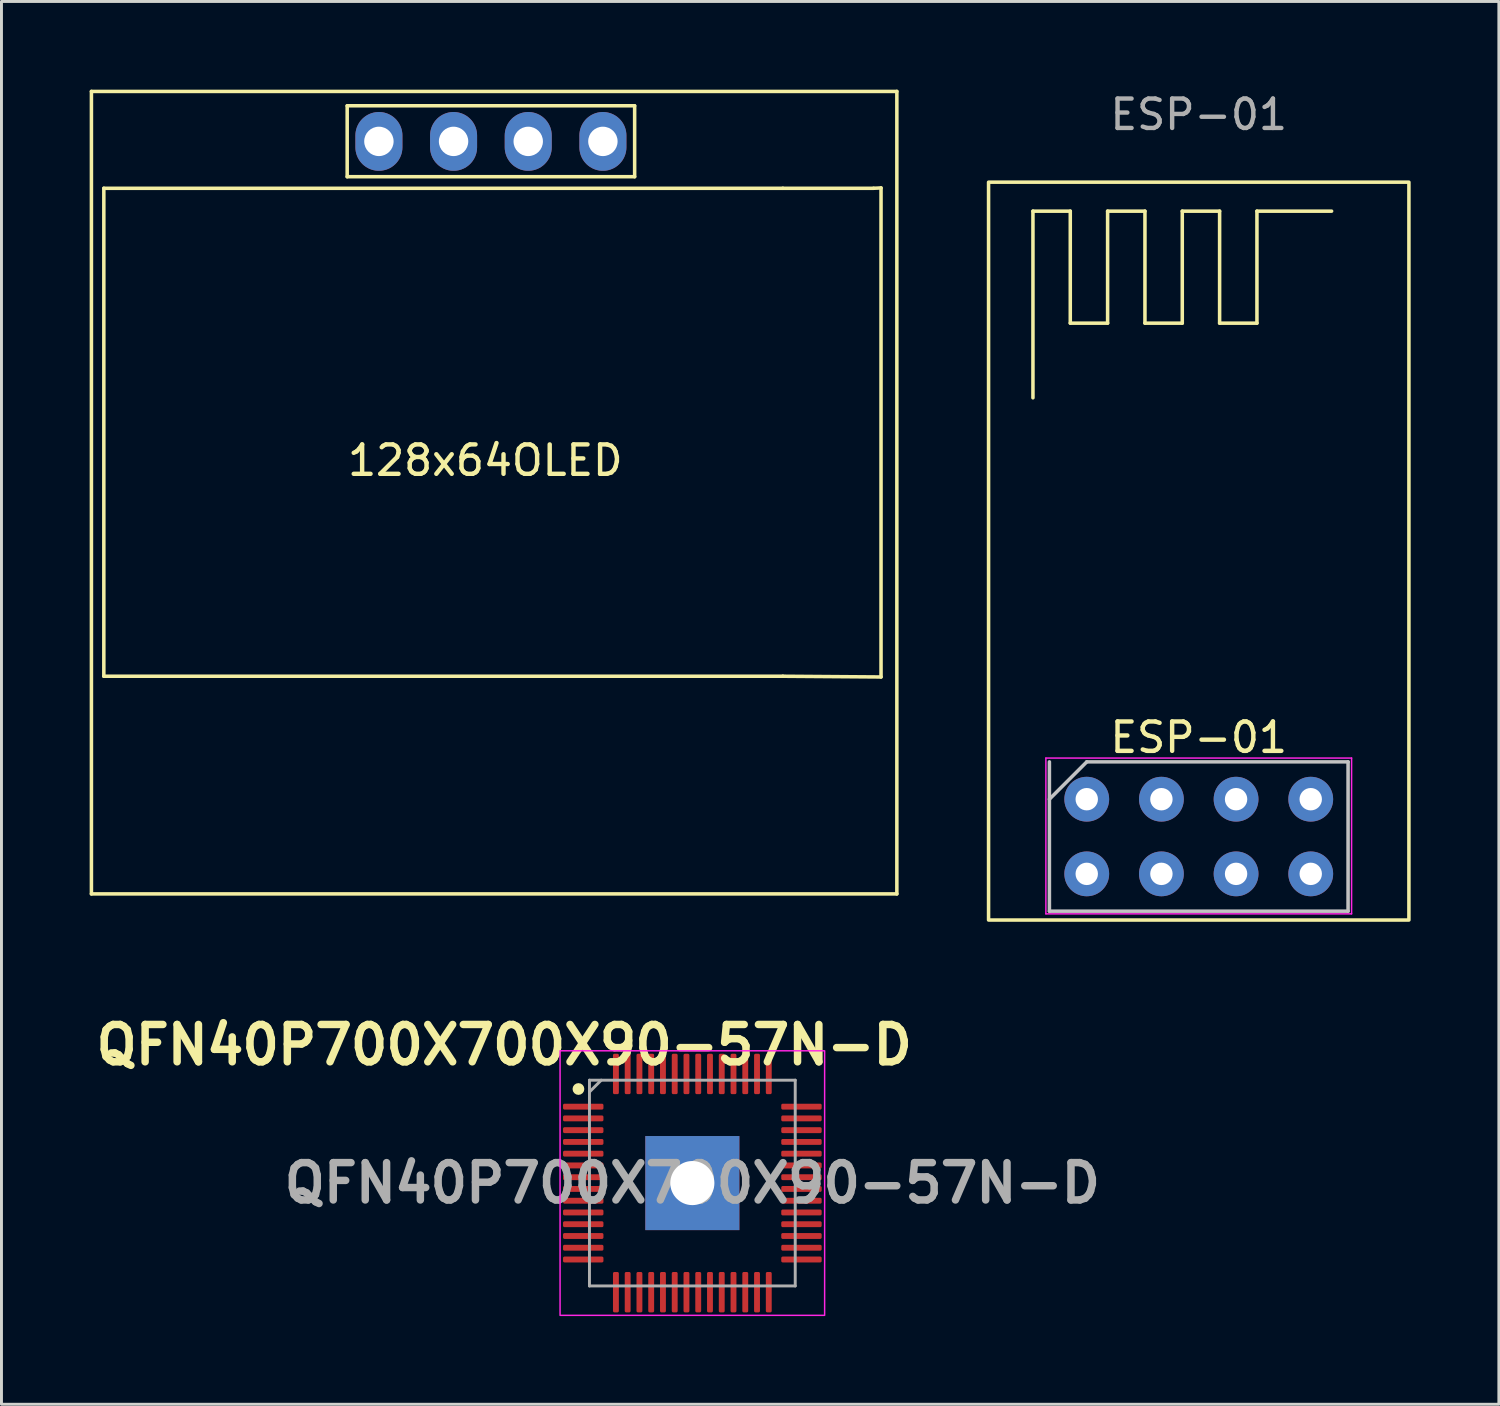
<source format=kicad_pcb>
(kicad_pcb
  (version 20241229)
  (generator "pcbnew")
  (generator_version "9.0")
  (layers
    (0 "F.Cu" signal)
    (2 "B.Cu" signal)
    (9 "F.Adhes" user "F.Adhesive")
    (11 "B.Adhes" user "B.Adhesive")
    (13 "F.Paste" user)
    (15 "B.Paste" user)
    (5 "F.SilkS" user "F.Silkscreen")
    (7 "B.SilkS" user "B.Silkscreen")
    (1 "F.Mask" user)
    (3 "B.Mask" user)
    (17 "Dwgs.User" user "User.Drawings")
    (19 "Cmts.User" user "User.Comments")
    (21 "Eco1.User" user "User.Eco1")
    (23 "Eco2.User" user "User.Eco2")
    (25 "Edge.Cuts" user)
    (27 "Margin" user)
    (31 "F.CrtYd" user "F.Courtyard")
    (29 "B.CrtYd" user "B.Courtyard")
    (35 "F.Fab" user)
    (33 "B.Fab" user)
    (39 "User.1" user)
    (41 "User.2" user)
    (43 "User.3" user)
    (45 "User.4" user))
  (footprint "ESP-01"
    (layer "F.Cu")
    (at 37.73 24.138)
    (property "Reference" "ESP-01" (at 0 -2.1 0) (unlocked yes) (layer "F.SilkS") (effects (font (size 1 1) (thickness 0.15))))
    (attr through_hole)
    (fp_line (start -5.64 -20.005) (end -4.37 -20.005) (stroke (width 0.12) (type solid)) (layer "F.SilkS"))
    (fp_line (start -5.64 -13.655) (end -5.64 -20.005) (stroke (width 0.12) (type solid)) (layer "F.SilkS"))
    (fp_line (start -4.37 -20.005) (end -4.37 -16.195) (stroke (width 0.12) (type solid)) (layer "F.SilkS"))
    (fp_line (start -4.37 -16.195) (end -3.1 -16.195) (stroke (width 0.12) (type solid)) (layer "F.SilkS"))
    (fp_line (start -3.1 -20.005) (end -1.83 -20.005) (stroke (width 0.12) (type solid)) (layer "F.SilkS"))
    (fp_line (start -3.1 -16.195) (end -3.1 -20.005) (stroke (width 0.12) (type solid)) (layer "F.SilkS"))
    (fp_line (start -1.83 -20.005) (end -1.83 -16.195) (stroke (width 0.12) (type solid)) (layer "F.SilkS"))
    (fp_line (start -1.83 -16.195) (end -0.56 -16.195) (stroke (width 0.12) (type solid)) (layer "F.SilkS"))
    (fp_line (start -0.56 -20.005) (end 0.71 -20.005) (stroke (width 0.12) (type solid)) (layer "F.SilkS"))
    (fp_line (start -0.56 -16.195) (end -0.56 -20.005) (stroke (width 0.12) (type solid)) (layer "F.SilkS"))
    (fp_line (start 0.71 -20.005) (end 0.71 -16.195) (stroke (width 0.12) (type solid)) (layer "F.SilkS"))
    (fp_line (start 0.71 -16.195) (end 1.98 -16.195) (stroke (width 0.12) (type solid)) (layer "F.SilkS"))
    (fp_line (start 1.98 -20.005) (end 4.52 -20.005) (stroke (width 0.12) (type solid)) (layer "F.SilkS"))
    (fp_line (start 1.98 -16.195) (end 1.98 -20.005) (stroke (width 0.12) (type solid)) (layer "F.SilkS"))
    (fp_rect (start -7.15 -20.99) (end 7.15 4.11) (stroke (width 0.12) (type solid)) (fill no) (layer "F.SilkS"))
    (fp_line (start -5.08 -1.27) (end -5.08 3.81) (stroke (width 0.12) (type solid)) (layer "Dwgs.User"))
    (fp_line (start -5.08 3.81) (end 5.08 3.81) (stroke (width 0.12) (type solid)) (layer "Dwgs.User"))
    (fp_line (start -3.81 -1.27) (end -5.08 0) (stroke (width 0.12) (type solid)) (layer "Dwgs.User"))
    (fp_line (start 5.08 -1.27) (end -3.81 -1.27) (stroke (width 0.12) (type solid)) (layer "Dwgs.User"))
    (fp_line (start 5.08 3.81) (end 5.08 -1.27) (stroke (width 0.12) (type solid)) (layer "Dwgs.User"))
    (fp_line (start -5.2 -1.4) (end -5.2 3.9) (stroke (width 0.05) (type solid)) (layer "F.CrtYd"))
    (fp_line (start -5.2 3.9) (end 5.2 3.9) (stroke (width 0.05) (type solid)) (layer "F.CrtYd"))
    (fp_line (start 5.2 -1.4) (end -5.2 -1.4) (stroke (width 0.05) (type solid)) (layer "F.CrtYd"))
    (fp_line (start 5.2 3.9) (end 5.2 -1.4) (stroke (width 0.05) (type solid)) (layer "F.CrtYd"))
    (fp_text user "${REFERENCE}" (at 0 -23.29 0) (unlocked yes) (layer "F.Fab") (effects (font (size 1 1) (thickness 0.15))))
    (pad "1" thru_hole circle (at -3.81 0) (size 1.524 1.524) (drill 0.762) (layers "*.Cu" "*.Mask"))
    (pad "2" thru_hole circle (at -1.27 0) (size 1.524 1.524) (drill 0.762) (layers "*.Cu" "*.Mask"))
    (pad "3" thru_hole circle (at 1.27 0) (size 1.524 1.524) (drill 0.762) (layers "*.Cu" "*.Mask"))
    (pad "4" thru_hole circle (at 3.81 0) (size 1.524 1.524) (drill 0.762) (layers "*.Cu" "*.Mask"))
    (pad "5" thru_hole circle (at 3.81 2.54) (size 1.524 1.524) (drill 0.762) (layers "*.Cu" "*.Mask"))
    (pad "6" thru_hole circle (at 1.27 2.54) (size 1.524 1.524) (drill 0.762) (layers "*.Cu" "*.Mask"))
    (pad "7" thru_hole circle (at -1.27 2.54) (size 1.524 1.524) (drill 0.762) (layers "*.Cu" "*.Mask"))
    (pad "8" thru_hole circle (at -3.81 2.54) (size 1.524 1.524) (drill 0.762) (layers "*.Cu" "*.Mask")))
  (footprint "QFN40P700X700X90-57N-D"
    (layer "F.Cu")
    (at 20.503 37.197)
    (property "Reference" "QFN40P700X700X90-57N-D" (at -6.4 -4.7 0) (layer "F.SilkS") (effects (font (size 1.27 1.27) (thickness 0.254))))
    (attr smd)
    (fp_circle (center -3.875 -3.2) (end -3.875 -3.1) (stroke (width 0.2) (type solid)) (fill no) (layer "F.SilkS"))
    (fp_rect (start -4.5 -4.5) (end 4.5 4.5) (stroke (width 0.05) (type solid)) (fill no) (layer "F.CrtYd"))
    (fp_line (start -3.5 -3.5) (end 3.5 -3.5) (stroke (width 0.1) (type solid)) (layer "F.Fab"))
    (fp_line (start -3.5 -3.1) (end -3.1 -3.5) (stroke (width 0.1) (type solid)) (layer "F.Fab"))
    (fp_line (start -3.5 3.5) (end -3.5 -3.5) (stroke (width 0.1) (type solid)) (layer "F.Fab"))
    (fp_line (start 3.5 -3.5) (end 3.5 3.5) (stroke (width 0.1) (type solid)) (layer "F.Fab"))
    (fp_line (start 3.5 3.5) (end -3.5 3.5) (stroke (width 0.1) (type solid)) (layer "F.Fab"))
    (fp_text user "${REFERENCE}" (at 0 0 0) (layer "F.Fab") (effects (font (size 1.27 1.27) (thickness 0.254))))
    (pad "1" smd roundrect (at -3.712 -2.6 90) (size 0.2 1.375) (layers "F.Cu" "F.Mask" "F.Paste") (roundrect_rratio 0.25))
    (pad "2" smd roundrect (at -3.712 -2.2 90) (size 0.2 1.375) (layers "F.Cu" "F.Mask" "F.Paste") (roundrect_rratio 0.25))
    (pad "3" smd roundrect (at -3.712 -1.8 90) (size 0.2 1.375) (layers "F.Cu" "F.Mask" "F.Paste") (roundrect_rratio 0.25))
    (pad "4" smd roundrect (at -3.712 -1.4 90) (size 0.2 1.375) (layers "F.Cu" "F.Mask" "F.Paste") (roundrect_rratio 0.25))
    (pad "5" smd roundrect (at -3.712 -1 90) (size 0.2 1.375) (layers "F.Cu" "F.Mask" "F.Paste") (roundrect_rratio 0.25))
    (pad "6" smd roundrect (at -3.712 -0.6 90) (size 0.2 1.375) (layers "F.Cu" "F.Mask" "F.Paste") (roundrect_rratio 0.25))
    (pad "7" smd roundrect (at -3.712 -0.2 90) (size 0.2 1.375) (layers "F.Cu" "F.Mask" "F.Paste") (roundrect_rratio 0.25))
    (pad "8" smd roundrect (at -3.712 0.2 90) (size 0.2 1.375) (layers "F.Cu" "F.Mask" "F.Paste") (roundrect_rratio 0.25))
    (pad "9" smd roundrect (at -3.712 0.6 90) (size 0.2 1.375) (layers "F.Cu" "F.Mask" "F.Paste") (roundrect_rratio 0.25))
    (pad "10" smd roundrect (at -3.712 1 90) (size 0.2 1.375) (layers "F.Cu" "F.Mask" "F.Paste") (roundrect_rratio 0.25))
    (pad "11" smd roundrect (at -3.712 1.4 90) (size 0.2 1.375) (layers "F.Cu" "F.Mask" "F.Paste") (roundrect_rratio 0.25))
    (pad "12" smd roundrect (at -3.712 1.8 90) (size 0.2 1.375) (layers "F.Cu" "F.Mask" "F.Paste") (roundrect_rratio 0.25))
    (pad "13" smd roundrect (at -3.712 2.2 90) (size 0.2 1.375) (layers "F.Cu" "F.Mask" "F.Paste") (roundrect_rratio 0.25))
    (pad "14" smd roundrect (at -3.712 2.6 90) (size 0.2 1.375) (layers "F.Cu" "F.Mask" "F.Paste") (roundrect_rratio 0.25))
    (pad "15" smd roundrect (at -2.6 3.712) (size 0.2 1.375) (layers "F.Cu" "F.Mask" "F.Paste") (roundrect_rratio 0.25))
    (pad "16" smd roundrect (at -2.2 3.712) (size 0.2 1.375) (layers "F.Cu" "F.Mask" "F.Paste") (roundrect_rratio 0.25))
    (pad "17" smd roundrect (at -1.8 3.712) (size 0.2 1.375) (layers "F.Cu" "F.Mask" "F.Paste") (roundrect_rratio 0.25))
    (pad "18" smd roundrect (at -1.4 3.712) (size 0.2 1.375) (layers "F.Cu" "F.Mask" "F.Paste") (roundrect_rratio 0.25))
    (pad "19" smd roundrect (at -1 3.712) (size 0.2 1.375) (layers "F.Cu" "F.Mask" "F.Paste") (roundrect_rratio 0.25))
    (pad "20" smd roundrect (at -0.6 3.712) (size 0.2 1.375) (layers "F.Cu" "F.Mask" "F.Paste") (roundrect_rratio 0.25))
    (pad "21" smd roundrect (at -0.2 3.712) (size 0.2 1.375) (layers "F.Cu" "F.Mask" "F.Paste") (roundrect_rratio 0.25))
    (pad "22" smd roundrect (at 0.2 3.712) (size 0.2 1.375) (layers "F.Cu" "F.Mask" "F.Paste") (roundrect_rratio 0.25))
    (pad "23" smd roundrect (at 0.6 3.712) (size 0.2 1.375) (layers "F.Cu" "F.Mask" "F.Paste") (roundrect_rratio 0.25))
    (pad "24" smd roundrect (at 1 3.712) (size 0.2 1.375) (layers "F.Cu" "F.Mask" "F.Paste") (roundrect_rratio 0.25))
    (pad "25" smd roundrect (at 1.4 3.712) (size 0.2 1.375) (layers "F.Cu" "F.Mask" "F.Paste") (roundrect_rratio 0.25))
    (pad "26" smd roundrect (at 1.8 3.712) (size 0.2 1.375) (layers "F.Cu" "F.Mask" "F.Paste") (roundrect_rratio 0.25))
    (pad "27" smd roundrect (at 2.2 3.712) (size 0.2 1.375) (layers "F.Cu" "F.Mask" "F.Paste") (roundrect_rratio 0.25))
    (pad "28" smd roundrect (at 2.6 3.712) (size 0.2 1.375) (layers "F.Cu" "F.Mask" "F.Paste") (roundrect_rratio 0.25))
    (pad "29" smd roundrect (at 3.712 2.6 90) (size 0.2 1.375) (layers "F.Cu" "F.Mask" "F.Paste") (roundrect_rratio 0.25))
    (pad "30" smd roundrect (at 3.712 2.2 90) (size 0.2 1.375) (layers "F.Cu" "F.Mask" "F.Paste") (roundrect_rratio 0.25))
    (pad "31" smd roundrect (at 3.712 1.8 90) (size 0.2 1.375) (layers "F.Cu" "F.Mask" "F.Paste") (roundrect_rratio 0.25))
    (pad "32" smd roundrect (at 3.712 1.4 90) (size 0.2 1.375) (layers "F.Cu" "F.Mask" "F.Paste") (roundrect_rratio 0.25))
    (pad "33" smd roundrect (at 3.712 1 90) (size 0.2 1.375) (layers "F.Cu" "F.Mask" "F.Paste") (roundrect_rratio 0.25))
    (pad "34" smd roundrect (at 3.712 0.6 90) (size 0.2 1.375) (layers "F.Cu" "F.Mask" "F.Paste") (roundrect_rratio 0.25))
    (pad "35" smd roundrect (at 3.712 0.2 90) (size 0.2 1.375) (layers "F.Cu" "F.Mask" "F.Paste") (roundrect_rratio 0.25))
    (pad "36" smd roundrect (at 3.712 -0.2 90) (size 0.2 1.375) (layers "F.Cu" "F.Mask" "F.Paste") (roundrect_rratio 0.25))
    (pad "37" smd roundrect (at 3.712 -0.6 90) (size 0.2 1.375) (layers "F.Cu" "F.Mask" "F.Paste") (roundrect_rratio 0.25))
    (pad "38" smd roundrect (at 3.712 -1 90) (size 0.2 1.375) (layers "F.Cu" "F.Mask" "F.Paste") (roundrect_rratio 0.25))
    (pad "39" smd roundrect (at 3.712 -1.4 90) (size 0.2 1.375) (layers "F.Cu" "F.Mask" "F.Paste") (roundrect_rratio 0.25))
    (pad "40" smd roundrect (at 3.712 -1.8 90) (size 0.2 1.375) (layers "F.Cu" "F.Mask" "F.Paste") (roundrect_rratio 0.25))
    (pad "41" smd roundrect (at 3.712 -2.2 90) (size 0.2 1.375) (layers "F.Cu" "F.Mask" "F.Paste") (roundrect_rratio 0.25))
    (pad "42" smd roundrect (at 3.712 -2.6 90) (size 0.2 1.375) (layers "F.Cu" "F.Mask" "F.Paste") (roundrect_rratio 0.25))
    (pad "43" smd roundrect (at 2.6 -3.712) (size 0.2 1.375) (layers "F.Cu" "F.Mask" "F.Paste") (roundrect_rratio 0.25))
    (pad "44" smd roundrect (at 2.2 -3.712) (size 0.2 1.375) (layers "F.Cu" "F.Mask" "F.Paste") (roundrect_rratio 0.25))
    (pad "45" smd roundrect (at 1.8 -3.712) (size 0.2 1.375) (layers "F.Cu" "F.Mask" "F.Paste") (roundrect_rratio 0.25))
    (pad "46" smd roundrect (at 1.4 -3.712) (size 0.2 1.375) (layers "F.Cu" "F.Mask" "F.Paste") (roundrect_rratio 0.25))
    (pad "47" smd roundrect (at 1 -3.712) (size 0.2 1.375) (layers "F.Cu" "F.Mask" "F.Paste") (roundrect_rratio 0.25))
    (pad "48" smd roundrect (at 0.6 -3.712) (size 0.2 1.375) (layers "F.Cu" "F.Mask" "F.Paste") (roundrect_rratio 0.25))
    (pad "49" smd roundrect (at 0.2 -3.712) (size 0.2 1.375) (layers "F.Cu" "F.Mask" "F.Paste") (roundrect_rratio 0.25))
    (pad "50" smd roundrect (at -0.2 -3.712) (size 0.2 1.375) (layers "F.Cu" "F.Mask" "F.Paste") (roundrect_rratio 0.25))
    (pad "51" smd roundrect (at -0.6 -3.712) (size 0.2 1.375) (layers "F.Cu" "F.Mask" "F.Paste") (roundrect_rratio 0.25))
    (pad "52" smd roundrect (at -1 -3.712) (size 0.2 1.375) (layers "F.Cu" "F.Mask" "F.Paste") (roundrect_rratio 0.25))
    (pad "53" smd roundrect (at -1.4 -3.712) (size 0.2 1.375) (layers "F.Cu" "F.Mask" "F.Paste") (roundrect_rratio 0.25))
    (pad "54" smd roundrect (at -1.8 -3.712) (size 0.2 1.375) (layers "F.Cu" "F.Mask" "F.Paste") (roundrect_rratio 0.25))
    (pad "55" smd roundrect (at -2.2 -3.712) (size 0.2 1.375) (layers "F.Cu" "F.Mask" "F.Paste") (roundrect_rratio 0.25))
    (pad "56" smd roundrect (at -2.6 -3.712) (size 0.2 1.375) (layers "F.Cu" "F.Mask" "F.Paste") (roundrect_rratio 0.25))
    (pad "57" thru_hole rect (at 0 0) (size 3.2 3.2) (drill 1.5) (layers "*.Cu" "*.Mask")))
  (footprint "128x64OLED"
    (layer "F.Cu")
    (at 13.46 12.36)
    (property "Reference" "128x64OLED" (at 0 0.254 0) (layer "F.SilkS") (effects (font (size 1 1) (thickness 0.15))))
    (attr through_hole)
    (fp_line (start -13.4 -12.3) (end 14 -12.3) (stroke (width 0.12) (type solid)) (layer "F.SilkS"))
    (fp_line (start -13.4 15) (end -13.4 -12.3) (stroke (width 0.12) (type solid)) (layer "F.SilkS"))
    (fp_line (start -12.978 -9.005) (end 10.122 -9.005) (stroke (width 0.12) (type solid)) (layer "F.SilkS"))
    (fp_line (start -12.978 7.595) (end -12.978 -9.005) (stroke (width 0.12) (type solid)) (layer "F.SilkS"))
    (fp_line (start -4.699 -11.811) (end -4.699 -9.398) (stroke (width 0.12) (type solid)) (layer "F.SilkS"))
    (fp_line (start -4.699 -11.811) (end 5.08 -11.811) (stroke (width 0.12) (type solid)) (layer "F.SilkS"))
    (fp_line (start 5.08 -11.811) (end 5.08 -9.398) (stroke (width 0.12) (type solid)) (layer "F.SilkS"))
    (fp_line (start 5.08 -9.398) (end -4.699 -9.398) (stroke (width 0.12) (type solid)) (layer "F.SilkS"))
    (fp_line (start 10.122 -9.005) (end 13.208 -9.005) (stroke (width 0.12) (type solid)) (layer "F.SilkS"))
    (fp_line (start 10.122 7.595) (end -12.978 7.595) (stroke (width 0.12) (type solid)) (layer "F.SilkS"))
    (fp_line (start 10.122 7.595) (end 13.462 7.62) (stroke (width 0.12) (type solid)) (layer "F.SilkS"))
    (fp_line (start 13.462 -9.017) (end 13.208 -9.005) (stroke (width 0.12) (type solid)) (layer "F.SilkS"))
    (fp_line (start 13.462 7.62) (end 13.462 -9.017) (stroke (width 0.12) (type solid)) (layer "F.SilkS"))
    (fp_line (start 14 -12.3) (end 14 15) (stroke (width 0.12) (type solid)) (layer "F.SilkS"))
    (fp_line (start 14 15) (end -13.4 15) (stroke (width 0.12) (type solid)) (layer "F.SilkS"))
    (pad "1" thru_hole oval (at -3.62 -10.6 90) (size 2 1.6) (drill 1) (layers "*.Cu" "*.Mask"))
    (pad "2" thru_hole oval (at -1.08 -10.6 90) (size 2 1.6) (drill 1) (layers "*.Cu" "*.Mask"))
    (pad "3" thru_hole oval (at 1.46 -10.6 90) (size 2 1.6) (drill 1) (layers "*.Cu" "*.Mask"))
    (pad "4" thru_hole oval (at 4 -10.6 90) (size 2 1.6) (drill 1) (layers "*.Cu" "*.Mask")))
  (gr_rect
    (start -3 -3)
    (end 47.94 44.722)
    (stroke (width 0.1) (type default))
    (fill no)
    (layer "Edge.Cuts")))
</source>
